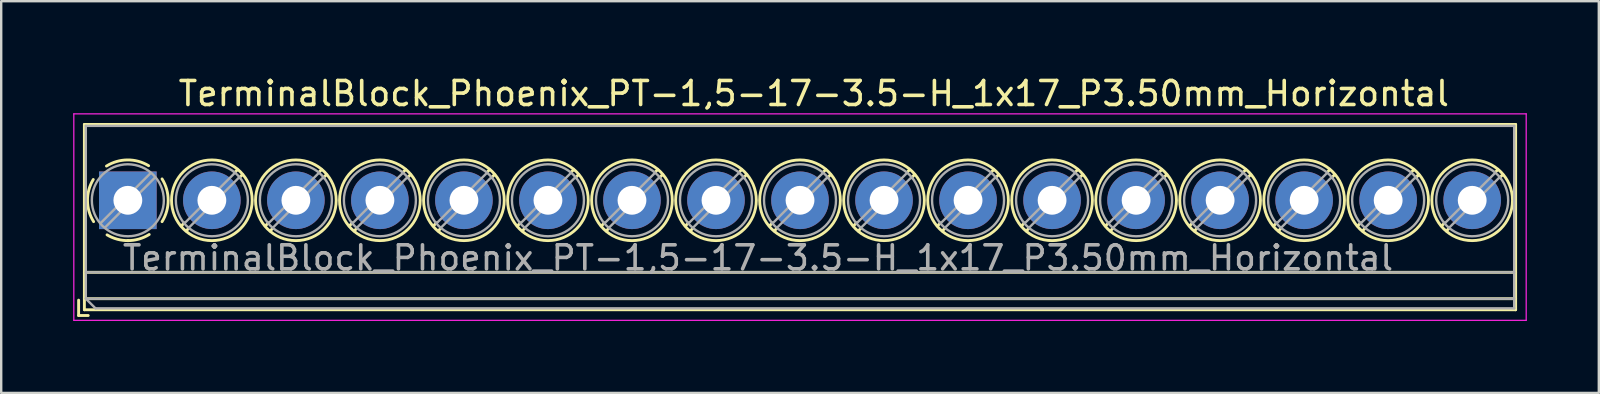
<source format=kicad_pcb>
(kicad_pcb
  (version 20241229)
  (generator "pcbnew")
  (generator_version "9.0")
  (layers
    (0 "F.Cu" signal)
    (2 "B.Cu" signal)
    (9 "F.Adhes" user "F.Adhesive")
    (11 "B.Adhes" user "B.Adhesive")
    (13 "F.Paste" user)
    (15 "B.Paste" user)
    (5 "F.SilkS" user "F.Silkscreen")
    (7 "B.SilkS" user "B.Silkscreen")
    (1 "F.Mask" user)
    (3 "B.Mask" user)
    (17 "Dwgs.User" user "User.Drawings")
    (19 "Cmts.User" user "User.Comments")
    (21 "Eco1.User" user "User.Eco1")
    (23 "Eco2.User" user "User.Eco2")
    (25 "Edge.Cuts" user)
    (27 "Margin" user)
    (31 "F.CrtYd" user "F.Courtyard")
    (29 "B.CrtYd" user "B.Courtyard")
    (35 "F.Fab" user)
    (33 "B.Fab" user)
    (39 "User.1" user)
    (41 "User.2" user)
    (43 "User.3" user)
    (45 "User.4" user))
  (footprint "TerminalBlock_Phoenix_PT-1,5-17-3.5-H_1x17_P3.50mm_Horizontal"
    (layer "F.Cu")
    (at 2.275 5.293)
    (property "Reference" "TerminalBlock_Phoenix_PT-1,5-17-3.5-H_1x17_P3.50mm_Horizontal" (at 28.575 -4.445 0) (layer "F.SilkS") (effects (font (size 1 1) (thickness 0.15))))
    (attr through_hole)
    (fp_line (start -2.05 4.16) (end -2.05 4.8) (stroke (width 0.12) (type solid)) (layer "F.SilkS"))
    (fp_line (start -2.05 4.8) (end -1.65 4.8) (stroke (width 0.12) (type solid)) (layer "F.SilkS"))
    (fp_line (start -1.81 -3.16) (end -1.81 4.56) (stroke (width 0.12) (type solid)) (layer "F.SilkS"))
    (fp_line (start -1.81 -3.16) (end 57.81 -3.16) (stroke (width 0.12) (type solid)) (layer "F.SilkS"))
    (fp_line (start -1.81 3) (end 57.81 3) (stroke (width 0.12) (type solid)) (layer "F.SilkS"))
    (fp_line (start -1.81 4.1) (end 57.81 4.1) (stroke (width 0.12) (type solid)) (layer "F.SilkS"))
    (fp_line (start -1.81 4.56) (end 57.81 4.56) (stroke (width 0.12) (type solid)) (layer "F.SilkS"))
    (fp_line (start 2.355 0.941) (end 2.226 1.069) (stroke (width 0.12) (type solid)) (layer "F.SilkS"))
    (fp_line (start 2.525 1.181) (end 2.431 1.274) (stroke (width 0.12) (type solid)) (layer "F.SilkS"))
    (fp_line (start 4.57 -1.275) (end 4.476 -1.181) (stroke (width 0.12) (type solid)) (layer "F.SilkS"))
    (fp_line (start 4.775 -1.069) (end 4.646 -0.941) (stroke (width 0.12) (type solid)) (layer "F.SilkS"))
    (fp_line (start 5.855 0.941) (end 5.726 1.069) (stroke (width 0.12) (type solid)) (layer "F.SilkS"))
    (fp_line (start 6.025 1.181) (end 5.931 1.274) (stroke (width 0.12) (type solid)) (layer "F.SilkS"))
    (fp_line (start 8.07 -1.275) (end 7.976 -1.181) (stroke (width 0.12) (type solid)) (layer "F.SilkS"))
    (fp_line (start 8.275 -1.069) (end 8.146 -0.941) (stroke (width 0.12) (type solid)) (layer "F.SilkS"))
    (fp_line (start 9.355 0.941) (end 9.226 1.069) (stroke (width 0.12) (type solid)) (layer "F.SilkS"))
    (fp_line (start 9.525 1.181) (end 9.431 1.274) (stroke (width 0.12) (type solid)) (layer "F.SilkS"))
    (fp_line (start 11.57 -1.275) (end 11.476 -1.181) (stroke (width 0.12) (type solid)) (layer "F.SilkS"))
    (fp_line (start 11.775 -1.069) (end 11.646 -0.941) (stroke (width 0.12) (type solid)) (layer "F.SilkS"))
    (fp_line (start 12.855 0.941) (end 12.726 1.069) (stroke (width 0.12) (type solid)) (layer "F.SilkS"))
    (fp_line (start 13.025 1.181) (end 12.931 1.274) (stroke (width 0.12) (type solid)) (layer "F.SilkS"))
    (fp_line (start 15.07 -1.275) (end 14.976 -1.181) (stroke (width 0.12) (type solid)) (layer "F.SilkS"))
    (fp_line (start 15.275 -1.069) (end 15.146 -0.941) (stroke (width 0.12) (type solid)) (layer "F.SilkS"))
    (fp_line (start 16.355 0.941) (end 16.226 1.069) (stroke (width 0.12) (type solid)) (layer "F.SilkS"))
    (fp_line (start 16.525 1.181) (end 16.431 1.274) (stroke (width 0.12) (type solid)) (layer "F.SilkS"))
    (fp_line (start 18.57 -1.275) (end 18.476 -1.181) (stroke (width 0.12) (type solid)) (layer "F.SilkS"))
    (fp_line (start 18.775 -1.069) (end 18.646 -0.941) (stroke (width 0.12) (type solid)) (layer "F.SilkS"))
    (fp_line (start 19.855 0.941) (end 19.726 1.069) (stroke (width 0.12) (type solid)) (layer "F.SilkS"))
    (fp_line (start 20.025 1.181) (end 19.931 1.274) (stroke (width 0.12) (type solid)) (layer "F.SilkS"))
    (fp_line (start 22.07 -1.275) (end 21.976 -1.181) (stroke (width 0.12) (type solid)) (layer "F.SilkS"))
    (fp_line (start 22.275 -1.069) (end 22.146 -0.941) (stroke (width 0.12) (type solid)) (layer "F.SilkS"))
    (fp_line (start 23.355 0.941) (end 23.226 1.069) (stroke (width 0.12) (type solid)) (layer "F.SilkS"))
    (fp_line (start 23.525 1.181) (end 23.431 1.274) (stroke (width 0.12) (type solid)) (layer "F.SilkS"))
    (fp_line (start 25.57 -1.275) (end 25.476 -1.181) (stroke (width 0.12) (type solid)) (layer "F.SilkS"))
    (fp_line (start 25.775 -1.069) (end 25.646 -0.941) (stroke (width 0.12) (type solid)) (layer "F.SilkS"))
    (fp_line (start 26.855 0.941) (end 26.726 1.069) (stroke (width 0.12) (type solid)) (layer "F.SilkS"))
    (fp_line (start 27.025 1.181) (end 26.931 1.274) (stroke (width 0.12) (type solid)) (layer "F.SilkS"))
    (fp_line (start 29.07 -1.275) (end 28.976 -1.181) (stroke (width 0.12) (type solid)) (layer "F.SilkS"))
    (fp_line (start 29.275 -1.069) (end 29.146 -0.941) (stroke (width 0.12) (type solid)) (layer "F.SilkS"))
    (fp_line (start 30.355 0.941) (end 30.226 1.069) (stroke (width 0.12) (type solid)) (layer "F.SilkS"))
    (fp_line (start 30.525 1.181) (end 30.431 1.274) (stroke (width 0.12) (type solid)) (layer "F.SilkS"))
    (fp_line (start 32.57 -1.275) (end 32.476 -1.181) (stroke (width 0.12) (type solid)) (layer "F.SilkS"))
    (fp_line (start 32.775 -1.069) (end 32.646 -0.941) (stroke (width 0.12) (type solid)) (layer "F.SilkS"))
    (fp_line (start 33.855 0.941) (end 33.726 1.069) (stroke (width 0.12) (type solid)) (layer "F.SilkS"))
    (fp_line (start 34.025 1.181) (end 33.931 1.274) (stroke (width 0.12) (type solid)) (layer "F.SilkS"))
    (fp_line (start 36.07 -1.275) (end 35.976 -1.181) (stroke (width 0.12) (type solid)) (layer "F.SilkS"))
    (fp_line (start 36.275 -1.069) (end 36.146 -0.941) (stroke (width 0.12) (type solid)) (layer "F.SilkS"))
    (fp_line (start 37.355 0.941) (end 37.226 1.069) (stroke (width 0.12) (type solid)) (layer "F.SilkS"))
    (fp_line (start 37.525 1.181) (end 37.431 1.274) (stroke (width 0.12) (type solid)) (layer "F.SilkS"))
    (fp_line (start 39.57 -1.275) (end 39.476 -1.181) (stroke (width 0.12) (type solid)) (layer "F.SilkS"))
    (fp_line (start 39.775 -1.069) (end 39.646 -0.941) (stroke (width 0.12) (type solid)) (layer "F.SilkS"))
    (fp_line (start 40.855 0.941) (end 40.726 1.069) (stroke (width 0.12) (type solid)) (layer "F.SilkS"))
    (fp_line (start 41.025 1.181) (end 40.931 1.274) (stroke (width 0.12) (type solid)) (layer "F.SilkS"))
    (fp_line (start 43.07 -1.275) (end 42.976 -1.181) (stroke (width 0.12) (type solid)) (layer "F.SilkS"))
    (fp_line (start 43.275 -1.069) (end 43.146 -0.941) (stroke (width 0.12) (type solid)) (layer "F.SilkS"))
    (fp_line (start 44.355 0.941) (end 44.226 1.069) (stroke (width 0.12) (type solid)) (layer "F.SilkS"))
    (fp_line (start 44.525 1.181) (end 44.431 1.274) (stroke (width 0.12) (type solid)) (layer "F.SilkS"))
    (fp_line (start 46.57 -1.275) (end 46.476 -1.181) (stroke (width 0.12) (type solid)) (layer "F.SilkS"))
    (fp_line (start 46.775 -1.069) (end 46.646 -0.941) (stroke (width 0.12) (type solid)) (layer "F.SilkS"))
    (fp_line (start 47.855 0.941) (end 47.726 1.069) (stroke (width 0.12) (type solid)) (layer "F.SilkS"))
    (fp_line (start 48.025 1.181) (end 47.931 1.274) (stroke (width 0.12) (type solid)) (layer "F.SilkS"))
    (fp_line (start 50.07 -1.275) (end 49.976 -1.181) (stroke (width 0.12) (type solid)) (layer "F.SilkS"))
    (fp_line (start 50.275 -1.069) (end 50.146 -0.941) (stroke (width 0.12) (type solid)) (layer "F.SilkS"))
    (fp_line (start 51.355 0.941) (end 51.226 1.069) (stroke (width 0.12) (type solid)) (layer "F.SilkS"))
    (fp_line (start 51.525 1.181) (end 51.431 1.274) (stroke (width 0.12) (type solid)) (layer "F.SilkS"))
    (fp_line (start 53.57 -1.275) (end 53.476 -1.181) (stroke (width 0.12) (type solid)) (layer "F.SilkS"))
    (fp_line (start 53.775 -1.069) (end 53.646 -0.941) (stroke (width 0.12) (type solid)) (layer "F.SilkS"))
    (fp_line (start 53.775 -1.069) (end 53.646 -0.941) (stroke (width 0.12) (type solid)) (layer "F.SilkS"))
    (fp_line (start 54.855 0.941) (end 54.726 1.069) (stroke (width 0.12) (type solid)) (layer "F.SilkS"))
    (fp_line (start 55.025 1.181) (end 54.931 1.274) (stroke (width 0.12) (type solid)) (layer "F.SilkS"))
    (fp_line (start 57.07 -1.275) (end 56.976 -1.181) (stroke (width 0.12) (type solid)) (layer "F.SilkS"))
    (fp_line (start 57.275 -1.069) (end 57.146 -0.941) (stroke (width 0.12) (type solid)) (layer "F.SilkS"))
    (fp_line (start 57.81 -3.16) (end 57.81 4.56) (stroke (width 0.12) (type solid)) (layer "F.SilkS"))
    (fp_arc (start -1.425358 0.889894) (mid -1.680286 0.014012) (end -1.44 -0.866) (stroke (width 0.12) (type solid)) (layer "F.SilkS"))
    (fp_arc (start -0.889894 -1.425358) (mid -0.014012 -1.680286) (end 0.866 -1.44) (stroke (width 0.12) (type solid)) (layer "F.SilkS"))
    (fp_arc (start 0.028674 1.680099) (mid -0.435535 1.622918) (end -0.866 1.44) (stroke (width 0.12) (type solid)) (layer "F.SilkS"))
    (fp_arc (start 0.890264 1.424721) (mid 0.463071 1.61492) (end 0 1.68) (stroke (width 0.12) (type solid)) (layer "F.SilkS"))
    (fp_arc (start 1.425504 -0.890193) (mid 1.680626 0.000476) (end 1.425 0.891) (stroke (width 0.12) (type solid)) (layer "F.SilkS"))
    (fp_circle (center 3.5 0) (end 5.18 0) (stroke (width 0.12) (type solid)) (fill no) (layer "F.SilkS"))
    (fp_circle (center 7 0) (end 8.68 0) (stroke (width 0.12) (type solid)) (fill no) (layer "F.SilkS"))
    (fp_circle (center 10.5 0) (end 12.18 0) (stroke (width 0.12) (type solid)) (fill no) (layer "F.SilkS"))
    (fp_circle (center 14 0) (end 15.68 0) (stroke (width 0.12) (type solid)) (fill no) (layer "F.SilkS"))
    (fp_circle (center 17.5 0) (end 19.18 0) (stroke (width 0.12) (type solid)) (fill no) (layer "F.SilkS"))
    (fp_circle (center 21 0) (end 22.68 0) (stroke (width 0.12) (type solid)) (fill no) (layer "F.SilkS"))
    (fp_circle (center 24.5 0) (end 26.18 0) (stroke (width 0.12) (type solid)) (fill no) (layer "F.SilkS"))
    (fp_circle (center 28 0) (end 29.68 0) (stroke (width 0.12) (type solid)) (fill no) (layer "F.SilkS"))
    (fp_circle (center 31.5 0) (end 33.18 0) (stroke (width 0.12) (type solid)) (fill no) (layer "F.SilkS"))
    (fp_circle (center 35 0) (end 36.68 0) (stroke (width 0.12) (type solid)) (fill no) (layer "F.SilkS"))
    (fp_circle (center 38.5 0) (end 40.18 0) (stroke (width 0.12) (type solid)) (fill no) (layer "F.SilkS"))
    (fp_circle (center 42 0) (end 43.68 0) (stroke (width 0.12) (type solid)) (fill no) (layer "F.SilkS"))
    (fp_circle (center 45.5 0) (end 47.18 0) (stroke (width 0.12) (type solid)) (fill no) (layer "F.SilkS"))
    (fp_circle (center 49 0) (end 50.68 0) (stroke (width 0.12) (type solid)) (fill no) (layer "F.SilkS"))
    (fp_circle (center 52.5 0) (end 54.18 0) (stroke (width 0.12) (type solid)) (fill no) (layer "F.SilkS"))
    (fp_circle (center 56 0) (end 57.68 0) (stroke (width 0.12) (type solid)) (fill no) (layer "F.SilkS"))
    (fp_line (start -2.25 -3.6) (end -2.25 5) (stroke (width 0.05) (type solid)) (layer "F.CrtYd"))
    (fp_line (start -2.25 5) (end 58.25 5) (stroke (width 0.05) (type solid)) (layer "F.CrtYd"))
    (fp_line (start 58.25 -3.6) (end -2.25 -3.6) (stroke (width 0.05) (type solid)) (layer "F.CrtYd"))
    (fp_line (start 58.25 5) (end 58.25 -3.6) (stroke (width 0.05) (type solid)) (layer "F.CrtYd"))
    (fp_line (start -1.75 -3.1) (end 57.75 -3.1) (stroke (width 0.1) (type solid)) (layer "F.Fab"))
    (fp_line (start -1.75 3) (end 57.75 3) (stroke (width 0.1) (type solid)) (layer "F.Fab"))
    (fp_line (start -1.75 4.1) (end -1.75 -3.1) (stroke (width 0.1) (type solid)) (layer "F.Fab"))
    (fp_line (start -1.75 4.1) (end 57.75 4.1) (stroke (width 0.1) (type solid)) (layer "F.Fab"))
    (fp_line (start -1.35 4.5) (end -1.75 4.1) (stroke (width 0.1) (type solid)) (layer "F.Fab"))
    (fp_line (start 0.955 -1.138) (end -1.138 0.955) (stroke (width 0.1) (type solid)) (layer "F.Fab"))
    (fp_line (start 1.138 -0.955) (end -0.955 1.138) (stroke (width 0.1) (type solid)) (layer "F.Fab"))
    (fp_line (start 4.455 -1.138) (end 2.363 0.955) (stroke (width 0.1) (type solid)) (layer "F.Fab"))
    (fp_line (start 4.638 -0.955) (end 2.546 1.138) (stroke (width 0.1) (type solid)) (layer "F.Fab"))
    (fp_line (start 7.955 -1.138) (end 5.863 0.955) (stroke (width 0.1) (type solid)) (layer "F.Fab"))
    (fp_line (start 8.138 -0.955) (end 6.046 1.138) (stroke (width 0.1) (type solid)) (layer "F.Fab"))
    (fp_line (start 11.455 -1.138) (end 9.363 0.955) (stroke (width 0.1) (type solid)) (layer "F.Fab"))
    (fp_line (start 11.638 -0.955) (end 9.546 1.138) (stroke (width 0.1) (type solid)) (layer "F.Fab"))
    (fp_line (start 14.955 -1.138) (end 12.863 0.955) (stroke (width 0.1) (type solid)) (layer "F.Fab"))
    (fp_line (start 15.138 -0.955) (end 13.046 1.138) (stroke (width 0.1) (type solid)) (layer "F.Fab"))
    (fp_line (start 18.455 -1.138) (end 16.363 0.955) (stroke (width 0.1) (type solid)) (layer "F.Fab"))
    (fp_line (start 18.638 -0.955) (end 16.546 1.138) (stroke (width 0.1) (type solid)) (layer "F.Fab"))
    (fp_line (start 21.955 -1.138) (end 19.863 0.955) (stroke (width 0.1) (type solid)) (layer "F.Fab"))
    (fp_line (start 22.138 -0.955) (end 20.046 1.138) (stroke (width 0.1) (type solid)) (layer "F.Fab"))
    (fp_line (start 25.455 -1.138) (end 23.363 0.955) (stroke (width 0.1) (type solid)) (layer "F.Fab"))
    (fp_line (start 25.638 -0.955) (end 23.546 1.138) (stroke (width 0.1) (type solid)) (layer "F.Fab"))
    (fp_line (start 28.955 -1.138) (end 26.863 0.955) (stroke (width 0.1) (type solid)) (layer "F.Fab"))
    (fp_line (start 29.138 -0.955) (end 27.046 1.138) (stroke (width 0.1) (type solid)) (layer "F.Fab"))
    (fp_line (start 32.455 -1.138) (end 30.363 0.955) (stroke (width 0.1) (type solid)) (layer "F.Fab"))
    (fp_line (start 32.638 -0.955) (end 30.546 1.138) (stroke (width 0.1) (type solid)) (layer "F.Fab"))
    (fp_line (start 35.955 -1.138) (end 33.863 0.955) (stroke (width 0.1) (type solid)) (layer "F.Fab"))
    (fp_line (start 36.138 -0.955) (end 34.046 1.138) (stroke (width 0.1) (type solid)) (layer "F.Fab"))
    (fp_line (start 39.455 -1.138) (end 37.363 0.955) (stroke (width 0.1) (type solid)) (layer "F.Fab"))
    (fp_line (start 39.638 -0.955) (end 37.546 1.138) (stroke (width 0.1) (type solid)) (layer "F.Fab"))
    (fp_line (start 42.955 -1.138) (end 40.863 0.955) (stroke (width 0.1) (type solid)) (layer "F.Fab"))
    (fp_line (start 43.138 -0.955) (end 41.046 1.138) (stroke (width 0.1) (type solid)) (layer "F.Fab"))
    (fp_line (start 46.455 -1.138) (end 44.363 0.955) (stroke (width 0.1) (type solid)) (layer "F.Fab"))
    (fp_line (start 46.638 -0.955) (end 44.546 1.138) (stroke (width 0.1) (type solid)) (layer "F.Fab"))
    (fp_line (start 49.955 -1.138) (end 47.863 0.955) (stroke (width 0.1) (type solid)) (layer "F.Fab"))
    (fp_line (start 50.138 -0.955) (end 48.046 1.138) (stroke (width 0.1) (type solid)) (layer "F.Fab"))
    (fp_line (start 53.455 -1.138) (end 51.363 0.955) (stroke (width 0.1) (type solid)) (layer "F.Fab"))
    (fp_line (start 53.638 -0.955) (end 51.546 1.138) (stroke (width 0.1) (type solid)) (layer "F.Fab"))
    (fp_line (start 56.955 -1.138) (end 54.863 0.955) (stroke (width 0.1) (type solid)) (layer "F.Fab"))
    (fp_line (start 57.138 -0.955) (end 55.046 1.138) (stroke (width 0.1) (type solid)) (layer "F.Fab"))
    (fp_line (start 57.75 -3.1) (end 57.75 4.5) (stroke (width 0.1) (type solid)) (layer "F.Fab"))
    (fp_line (start 57.75 4.5) (end -1.35 4.5) (stroke (width 0.1) (type solid)) (layer "F.Fab"))
    (fp_circle (center 0 0) (end 1.5 0) (stroke (width 0.1) (type solid)) (fill no) (layer "F.Fab"))
    (fp_circle (center 3.5 0) (end 5 0) (stroke (width 0.1) (type solid)) (fill no) (layer "F.Fab"))
    (fp_circle (center 7 0) (end 8.5 0) (stroke (width 0.1) (type solid)) (fill no) (layer "F.Fab"))
    (fp_circle (center 10.5 0) (end 12 0) (stroke (width 0.1) (type solid)) (fill no) (layer "F.Fab"))
    (fp_circle (center 14 0) (end 15.5 0) (stroke (width 0.1) (type solid)) (fill no) (layer "F.Fab"))
    (fp_circle (center 17.5 0) (end 19 0) (stroke (width 0.1) (type solid)) (fill no) (layer "F.Fab"))
    (fp_circle (center 21 0) (end 22.5 0) (stroke (width 0.1) (type solid)) (fill no) (layer "F.Fab"))
    (fp_circle (center 24.5 0) (end 26 0) (stroke (width 0.1) (type solid)) (fill no) (layer "F.Fab"))
    (fp_circle (center 28 0) (end 29.5 0) (stroke (width 0.1) (type solid)) (fill no) (layer "F.Fab"))
    (fp_circle (center 31.5 0) (end 33 0) (stroke (width 0.1) (type solid)) (fill no) (layer "F.Fab"))
    (fp_circle (center 35 0) (end 36.5 0) (stroke (width 0.1) (type solid)) (fill no) (layer "F.Fab"))
    (fp_circle (center 38.5 0) (end 40 0) (stroke (width 0.1) (type solid)) (fill no) (layer "F.Fab"))
    (fp_circle (center 42 0) (end 43.5 0) (stroke (width 0.1) (type solid)) (fill no) (layer "F.Fab"))
    (fp_circle (center 45.5 0) (end 47 0) (stroke (width 0.1) (type solid)) (fill no) (layer "F.Fab"))
    (fp_circle (center 49 0) (end 50.5 0) (stroke (width 0.1) (type solid)) (fill no) (layer "F.Fab"))
    (fp_circle (center 52.5 0) (end 54 0) (stroke (width 0.1) (type solid)) (fill no) (layer "F.Fab"))
    (fp_circle (center 56 0) (end 57.5 0) (stroke (width 0.1) (type solid)) (fill no) (layer "F.Fab"))
    (fp_text user "${REFERENCE}" (at 26.25 2.4 0) (layer "F.Fab") (effects (font (size 1 1) (thickness 0.15))))
    (pad "1" thru_hole rect (at 0 0) (size 2.4 2.4) (drill 1.2) (layers "*.Cu" "*.Mask"))
    (pad "2" thru_hole circle (at 3.5 0) (size 2.4 2.4) (drill 1.2) (layers "*.Cu" "*.Mask"))
    (pad "3" thru_hole circle (at 7 0) (size 2.4 2.4) (drill 1.2) (layers "*.Cu" "*.Mask"))
    (pad "4" thru_hole circle (at 10.5 0) (size 2.4 2.4) (drill 1.2) (layers "*.Cu" "*.Mask"))
    (pad "5" thru_hole circle (at 14 0) (size 2.4 2.4) (drill 1.2) (layers "*.Cu" "*.Mask"))
    (pad "6" thru_hole circle (at 17.5 0) (size 2.4 2.4) (drill 1.2) (layers "*.Cu" "*.Mask"))
    (pad "7" thru_hole circle (at 21 0) (size 2.4 2.4) (drill 1.2) (layers "*.Cu" "*.Mask"))
    (pad "8" thru_hole circle (at 24.5 0) (size 2.4 2.4) (drill 1.2) (layers "*.Cu" "*.Mask"))
    (pad "9" thru_hole circle (at 28 0) (size 2.4 2.4) (drill 1.2) (layers "*.Cu" "*.Mask"))
    (pad "10" thru_hole circle (at 31.5 0) (size 2.4 2.4) (drill 1.2) (layers "*.Cu" "*.Mask"))
    (pad "11" thru_hole circle (at 35 0) (size 2.4 2.4) (drill 1.2) (layers "*.Cu" "*.Mask"))
    (pad "12" thru_hole circle (at 38.5 0) (size 2.4 2.4) (drill 1.2) (layers "*.Cu" "*.Mask"))
    (pad "13" thru_hole circle (at 42 0) (size 2.4 2.4) (drill 1.2) (layers "*.Cu" "*.Mask"))
    (pad "14" thru_hole circle (at 45.5 0) (size 2.4 2.4) (drill 1.2) (layers "*.Cu" "*.Mask"))
    (pad "15" thru_hole circle (at 49 0) (size 2.4 2.4) (drill 1.2) (layers "*.Cu" "*.Mask"))
    (pad "16" thru_hole circle (at 52.5 0) (size 2.4 2.4) (drill 1.2) (layers "*.Cu" "*.Mask"))
    (pad "17" thru_hole circle (at 56 0) (size 2.4 2.4) (drill 1.2) (layers "*.Cu" "*.Mask")))
  (gr_rect
    (start -3 -3)
    (end 63.55 13.318)
    (stroke (width 0.1) (type default))
    (fill no)
    (layer "Edge.Cuts")))
</source>
